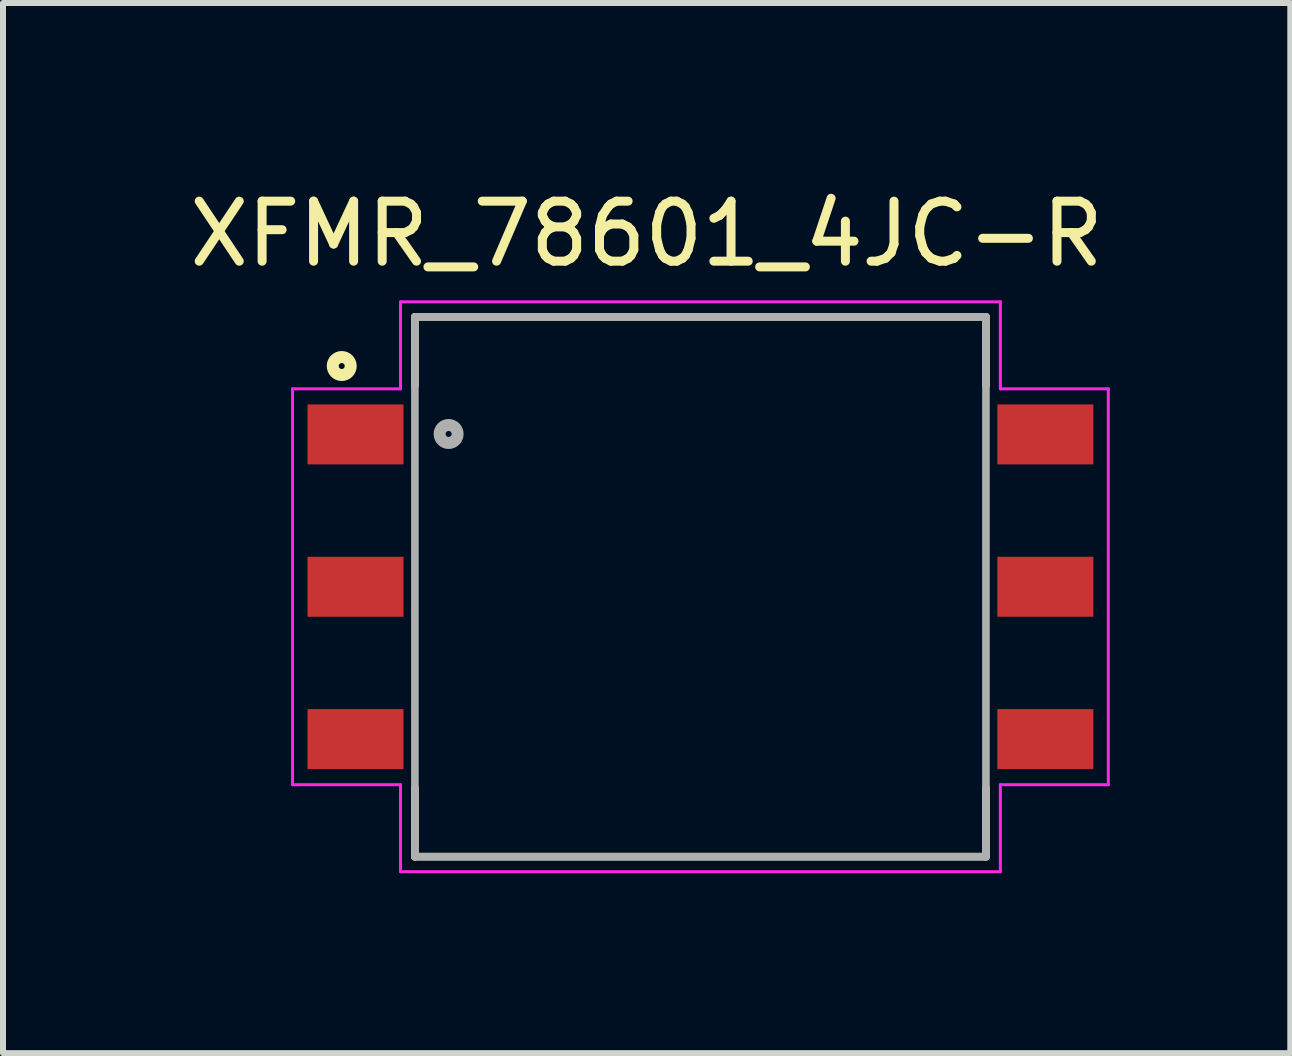
<source format=kicad_pcb>
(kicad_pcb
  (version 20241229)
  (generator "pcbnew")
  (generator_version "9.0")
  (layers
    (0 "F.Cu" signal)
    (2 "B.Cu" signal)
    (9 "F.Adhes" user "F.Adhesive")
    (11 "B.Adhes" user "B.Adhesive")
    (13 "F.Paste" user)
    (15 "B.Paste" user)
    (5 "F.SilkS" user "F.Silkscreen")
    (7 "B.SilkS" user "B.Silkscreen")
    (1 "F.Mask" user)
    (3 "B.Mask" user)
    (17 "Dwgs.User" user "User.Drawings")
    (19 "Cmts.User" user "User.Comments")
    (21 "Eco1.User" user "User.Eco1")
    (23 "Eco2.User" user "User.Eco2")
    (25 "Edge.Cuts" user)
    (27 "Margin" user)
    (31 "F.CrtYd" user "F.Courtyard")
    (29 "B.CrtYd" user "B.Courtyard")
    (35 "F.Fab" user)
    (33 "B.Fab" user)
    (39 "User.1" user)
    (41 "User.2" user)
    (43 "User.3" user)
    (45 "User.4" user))
  (footprint "XFMR_78601_4JC-R"
    (layer "F.Cu")
    (at 8.627 6.732)
    (property "Reference" "XFMR_78601_4JC-R" (at -0.896 -5.883 0) (layer "F.SilkS") (effects (font (size 1.001 1.001) (thickness 0.15))))
    (attr smd)
    (fp_line (start -4.76 -4.5) (end -4.76 -3.35) (stroke (width 0.127) (type solid)) (layer "F.SilkS"))
    (fp_line (start -4.76 -4.5) (end 4.76 -4.5) (stroke (width 0.127) (type solid)) (layer "F.SilkS"))
    (fp_line (start -4.76 4.5) (end -4.76 3.35) (stroke (width 0.127) (type solid)) (layer "F.SilkS"))
    (fp_line (start -4.76 4.5) (end 4.76 4.5) (stroke (width 0.127) (type solid)) (layer "F.SilkS"))
    (fp_line (start 4.76 -4.5) (end 4.76 -3.35) (stroke (width 0.127) (type solid)) (layer "F.SilkS"))
    (fp_line (start 4.76 4.5) (end 4.76 3.35) (stroke (width 0.127) (type solid)) (layer "F.SilkS"))
    (fp_circle (center -5.98 -3.68) (end -5.83 -3.68) (stroke (width 0.2) (type solid)) (fill no) (layer "F.SilkS"))
    (fp_line (start -6.8 -3.3) (end -5 -3.3) (stroke (width 0.05) (type solid)) (layer "F.CrtYd"))
    (fp_line (start -6.8 3.3) (end -6.8 -3.3) (stroke (width 0.05) (type solid)) (layer "F.CrtYd"))
    (fp_line (start -5 -4.75) (end 5 -4.75) (stroke (width 0.05) (type solid)) (layer "F.CrtYd"))
    (fp_line (start -5 -3.3) (end -5 -4.75) (stroke (width 0.05) (type solid)) (layer "F.CrtYd"))
    (fp_line (start -5 3.3) (end -6.8 3.3) (stroke (width 0.05) (type solid)) (layer "F.CrtYd"))
    (fp_line (start -5 4.75) (end -5 3.3) (stroke (width 0.05) (type solid)) (layer "F.CrtYd"))
    (fp_line (start 5 -4.75) (end 5 -3.3) (stroke (width 0.05) (type solid)) (layer "F.CrtYd"))
    (fp_line (start 5 -3.3) (end 6.8 -3.3) (stroke (width 0.05) (type solid)) (layer "F.CrtYd"))
    (fp_line (start 5 3.3) (end 5 4.75) (stroke (width 0.05) (type solid)) (layer "F.CrtYd"))
    (fp_line (start 5 4.75) (end -5 4.75) (stroke (width 0.05) (type solid)) (layer "F.CrtYd"))
    (fp_line (start 6.8 -3.3) (end 6.8 3.3) (stroke (width 0.05) (type solid)) (layer "F.CrtYd"))
    (fp_line (start 6.8 3.3) (end 5 3.3) (stroke (width 0.05) (type solid)) (layer "F.CrtYd"))
    (fp_line (start -4.76 -4.5) (end 4.76 -4.5) (stroke (width 0.127) (type solid)) (layer "F.Fab"))
    (fp_line (start -4.76 4.5) (end -4.76 -4.5) (stroke (width 0.127) (type solid)) (layer "F.Fab"))
    (fp_line (start 4.76 -4.5) (end 4.76 4.5) (stroke (width 0.127) (type solid)) (layer "F.Fab"))
    (fp_line (start 4.76 4.5) (end -4.76 4.5) (stroke (width 0.127) (type solid)) (layer "F.Fab"))
    (fp_circle (center -4.198 -2.547) (end -4.048 -2.547) (stroke (width 0.2) (type solid)) (fill no) (layer "F.Fab"))
    (pad "1" smd rect (at -5.75 -2.54) (size 1.6 1) (layers "F.Cu" "F.Mask" "F.Paste"))
    (pad "2" smd rect (at -5.75 0) (size 1.6 1) (layers "F.Cu" "F.Mask" "F.Paste"))
    (pad "3" smd rect (at -5.75 2.54) (size 1.6 1) (layers "F.Cu" "F.Mask" "F.Paste"))
    (pad "4" smd rect (at 5.75 2.54) (size 1.6 1) (layers "F.Cu" "F.Mask" "F.Paste"))
    (pad "5" smd rect (at 5.75 0) (size 1.6 1) (layers "F.Cu" "F.Mask" "F.Paste"))
    (pad "6" smd rect (at 5.75 -2.54) (size 1.6 1) (layers "F.Cu" "F.Mask" "F.Paste")))
  (gr_rect
    (start -3 -3)
    (end 18.461 14.507)
    (stroke (width 0.1) (type default))
    (fill no)
    (layer "Edge.Cuts")))
</source>
